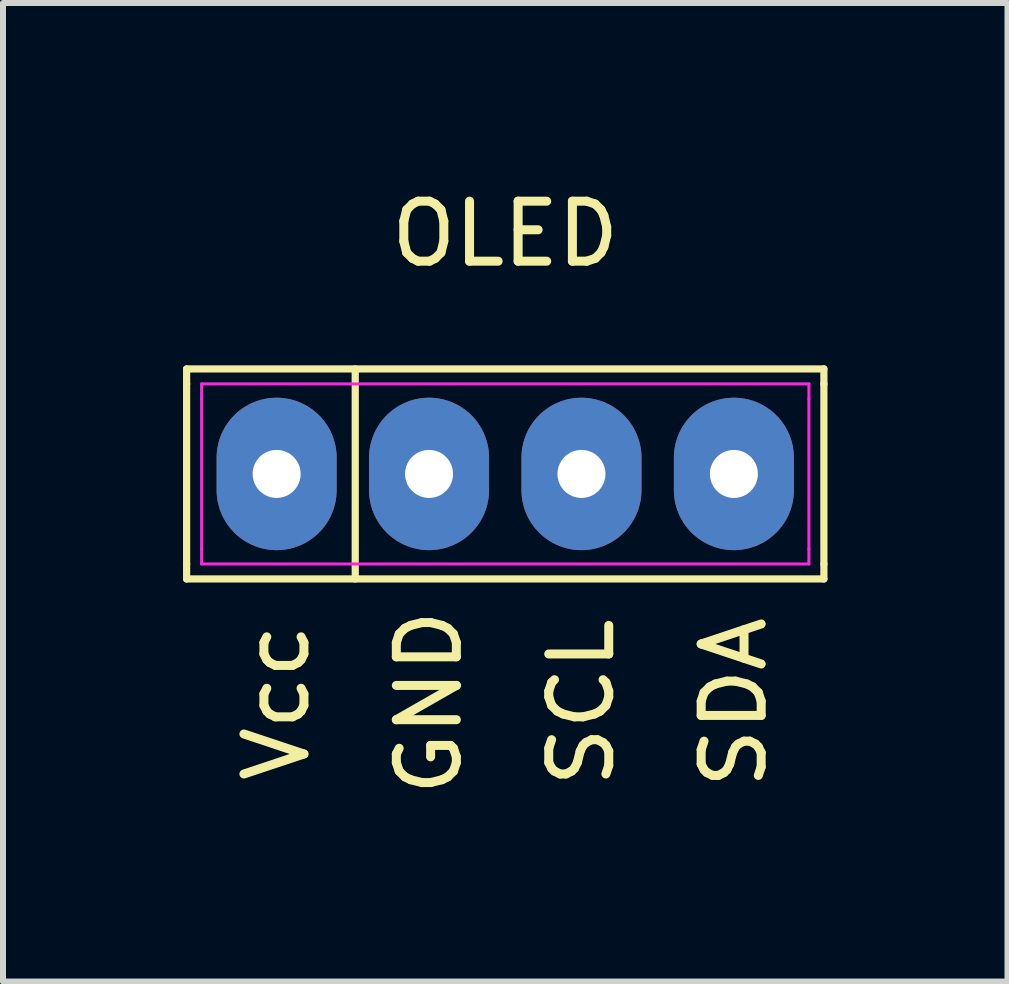
<source format=kicad_pcb>
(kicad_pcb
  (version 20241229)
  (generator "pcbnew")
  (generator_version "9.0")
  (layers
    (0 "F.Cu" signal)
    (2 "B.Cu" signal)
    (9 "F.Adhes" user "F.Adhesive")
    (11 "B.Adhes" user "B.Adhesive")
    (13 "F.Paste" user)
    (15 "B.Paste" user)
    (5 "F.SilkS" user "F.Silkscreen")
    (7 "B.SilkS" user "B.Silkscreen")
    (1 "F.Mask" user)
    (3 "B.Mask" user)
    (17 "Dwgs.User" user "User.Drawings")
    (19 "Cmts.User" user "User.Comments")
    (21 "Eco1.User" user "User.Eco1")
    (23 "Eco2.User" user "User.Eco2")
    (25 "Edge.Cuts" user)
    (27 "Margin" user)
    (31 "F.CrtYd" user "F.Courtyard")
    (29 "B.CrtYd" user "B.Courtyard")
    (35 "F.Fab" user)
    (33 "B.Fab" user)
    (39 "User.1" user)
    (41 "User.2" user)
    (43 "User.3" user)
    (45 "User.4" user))
  (footprint "OLED"
    (layer "F.Cu")
    (at 5.37 4.848)
    (property "Reference" "OLED" (at 0 -4 0) (layer "F.SilkS") (effects (font (size 1 1) (thickness 0.15))))
    (attr through_hole)
    (fp_line (start -5.31 -1.75) (end -5.31 -1.5) (stroke (width 0.12) (type solid)) (layer "F.SilkS"))
    (fp_line (start -5.31 -1.75) (end 5.31 -1.75) (stroke (width 0.12) (type solid)) (layer "F.SilkS"))
    (fp_line (start -5.31 1.5) (end -5.31 -1.5) (stroke (width 0.12) (type solid)) (layer "F.SilkS"))
    (fp_line (start -5.31 1.5) (end -5.31 1.75) (stroke (width 0.12) (type solid)) (layer "F.SilkS"))
    (fp_line (start -2.5 -1.75) (end -2.5 1.75) (stroke (width 0.12) (type solid)) (layer "F.SilkS"))
    (fp_line (start 5.31 -1.75) (end 5.31 -1.5) (stroke (width 0.12) (type solid)) (layer "F.SilkS"))
    (fp_line (start 5.31 -1.5) (end 5.31 1.5) (stroke (width 0.12) (type solid)) (layer "F.SilkS"))
    (fp_line (start 5.31 1.5) (end 5.31 1.75) (stroke (width 0.12) (type solid)) (layer "F.SilkS"))
    (fp_line (start 5.31 1.75) (end -5.31 1.75) (stroke (width 0.12) (type solid)) (layer "F.SilkS"))
    (fp_line (start -5.06 -1.5) (end 5.06 -1.5) (stroke (width 0.05) (type solid)) (layer "F.CrtYd"))
    (fp_line (start -5.06 -1.25) (end -5.06 -1.5) (stroke (width 0.05) (type solid)) (layer "F.CrtYd"))
    (fp_line (start -5.06 1.25) (end -5.06 -1.25) (stroke (width 0.05) (type solid)) (layer "F.CrtYd"))
    (fp_line (start -5.06 1.25) (end -5.06 1.5) (stroke (width 0.05) (type solid)) (layer "F.CrtYd"))
    (fp_line (start 5.06 -1.5) (end 5.06 -1.25) (stroke (width 0.05) (type solid)) (layer "F.CrtYd"))
    (fp_line (start 5.06 -1.25) (end 5.06 1.25) (stroke (width 0.05) (type solid)) (layer "F.CrtYd"))
    (fp_line (start 5.06 1.25) (end 5.06 1.5) (stroke (width 0.05) (type solid)) (layer "F.CrtYd"))
    (fp_line (start 5.06 1.5) (end -5.06 1.5) (stroke (width 0.05) (type solid)) (layer "F.CrtYd"))
    (fp_text user "SDA" (at 3.81 3.81 90) (layer "F.SilkS") (effects (font (size 1 1) (thickness 0.15))))
    (fp_text user "SCL" (at 1.27 3.81 90) (layer "F.SilkS") (effects (font (size 1 1) (thickness 0.15))))
    (fp_text user "Vcc" (at -3.81 3.81 90) (layer "F.SilkS") (effects (font (size 1 1) (thickness 0.15))))
    (fp_text user "GND" (at -1.27 3.81 90) (layer "F.SilkS") (effects (font (size 1 1) (thickness 0.15))))
    (pad "1" thru_hole oval (at -3.81 0) (size 2 2.54) (drill 0.8) (layers "*.Cu" "*.Mask"))
    (pad "2" thru_hole oval (at -1.27 0) (size 2 2.54) (drill 0.8) (layers "*.Cu" "*.Mask"))
    (pad "3" thru_hole oval (at 1.27 0) (size 2 2.54) (drill 0.8) (layers "*.Cu" "*.Mask"))
    (pad "4" thru_hole oval (at 3.81 0) (size 2 2.54) (drill 0.8) (layers "*.Cu" "*.Mask")))
  (gr_rect
    (start -3 -3)
    (end 13.74 13.307)
    (stroke (width 0.1) (type default))
    (fill no)
    (layer "Edge.Cuts")))
</source>
